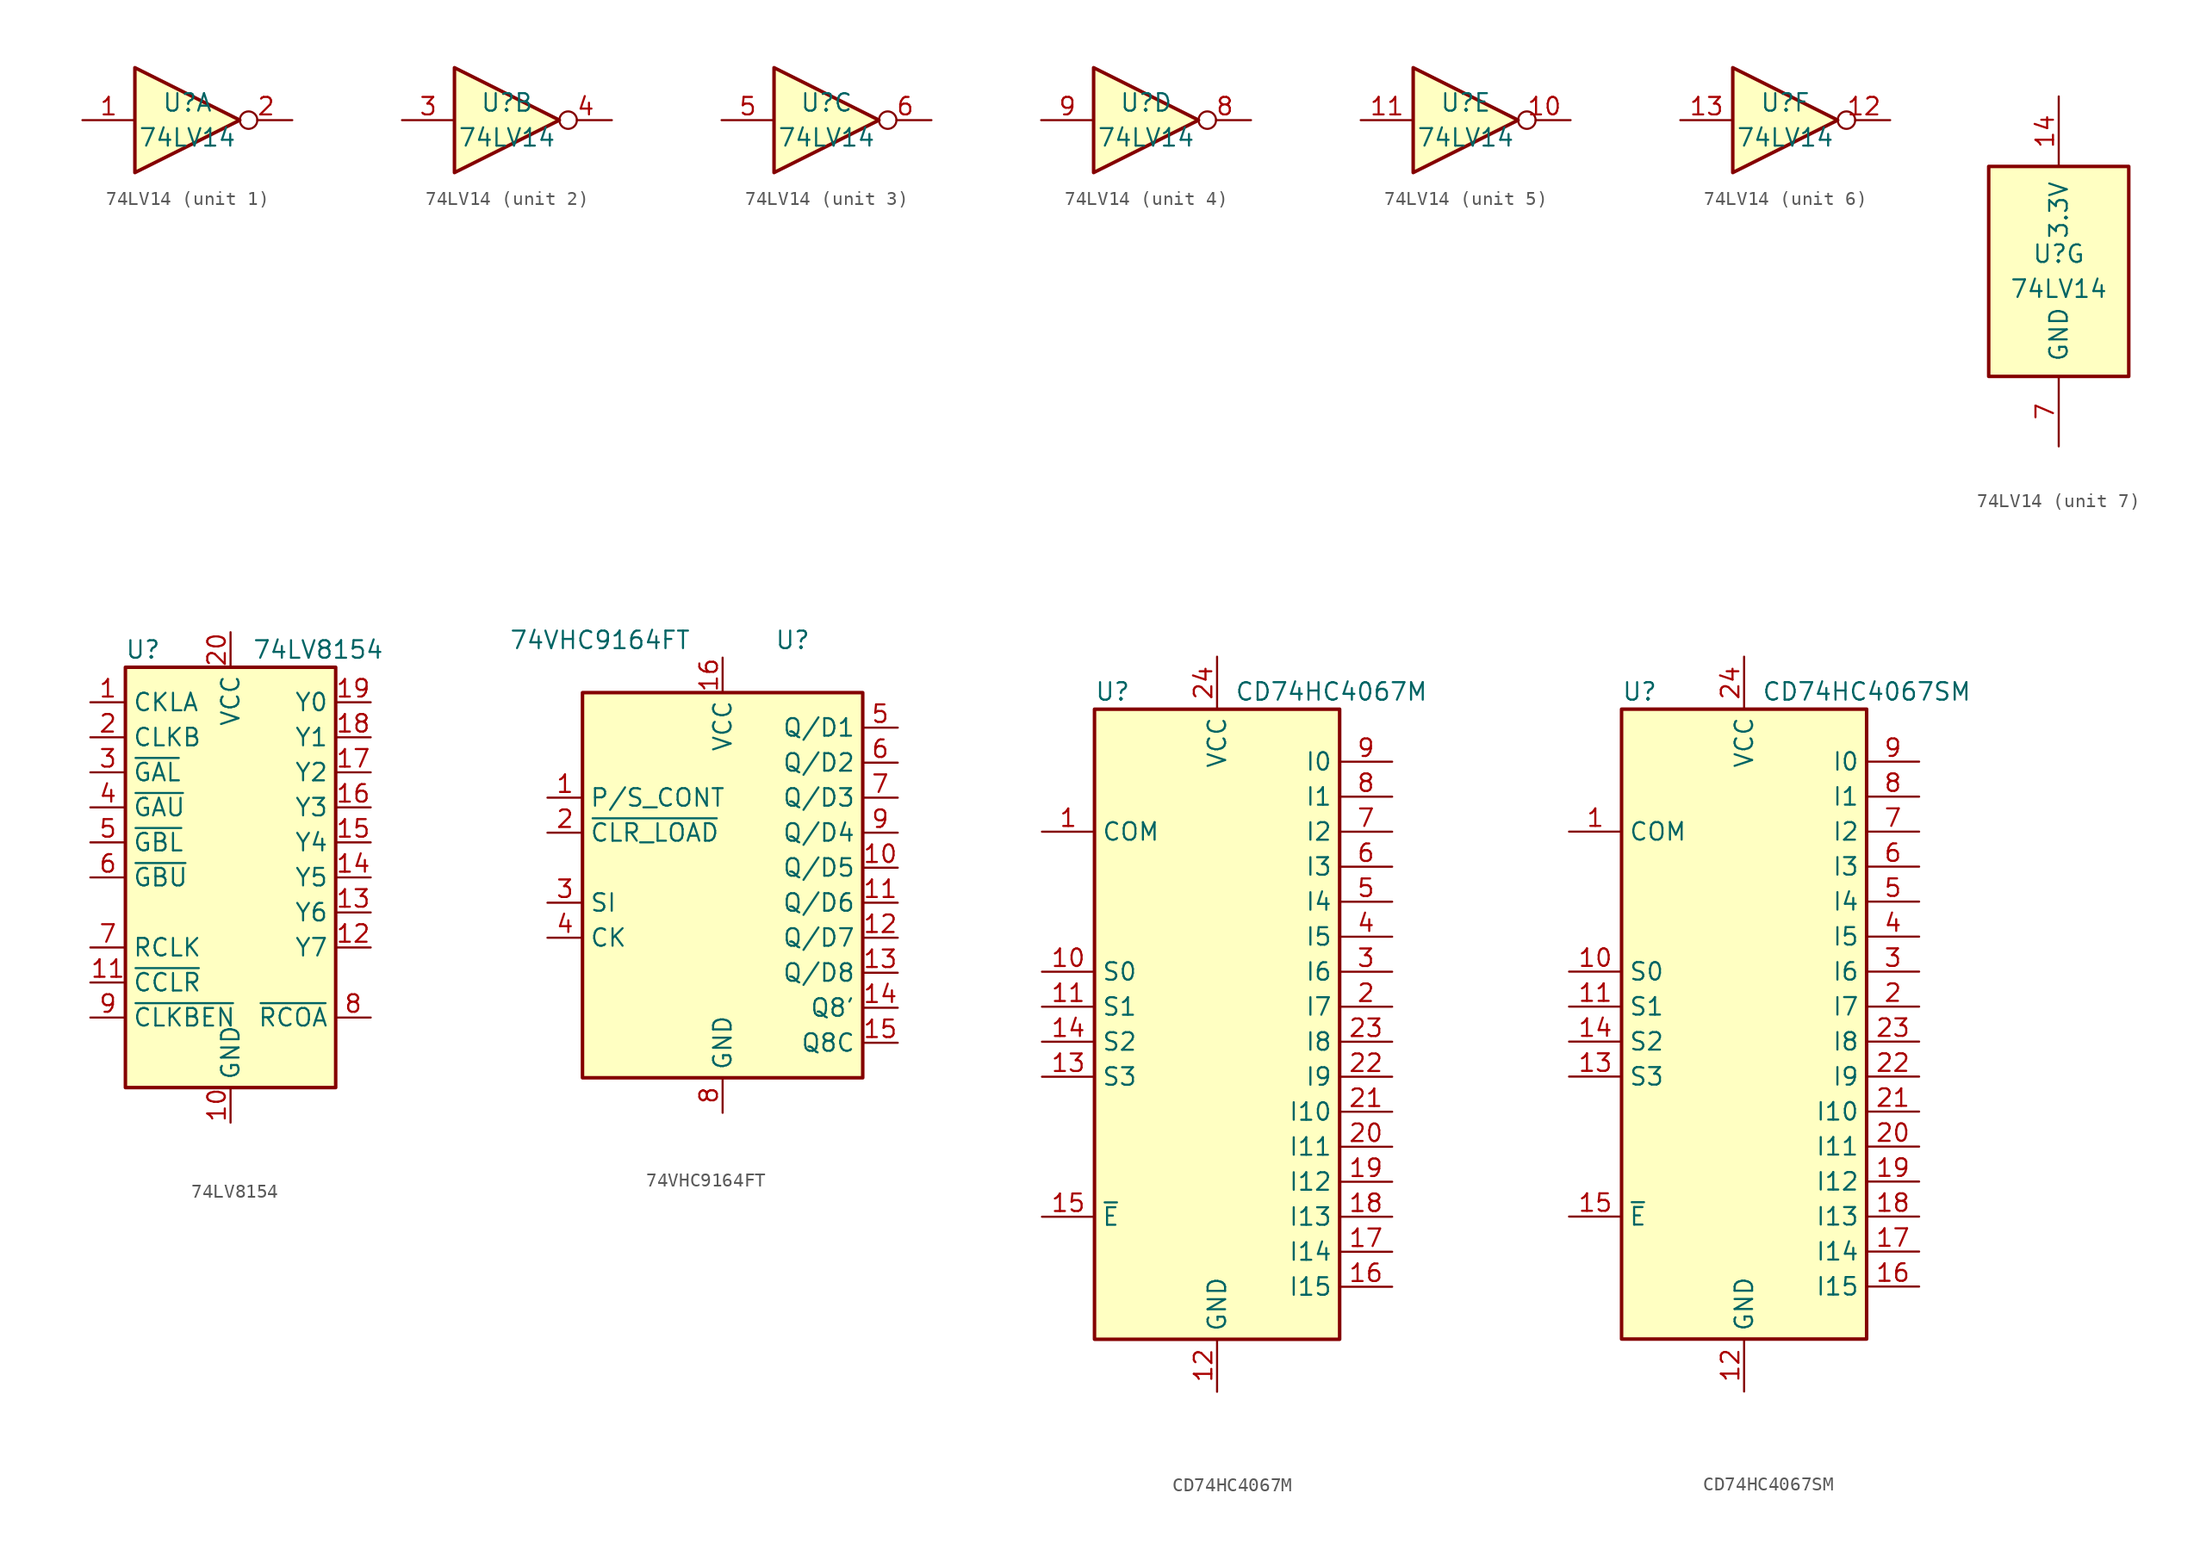
<source format=kicad_sym>
(kicad_symbol_lib
  (version 20241209)
  (generator "kicad_symbol_editor")
  (generator_version "9.0")
  (symbol "74LV14"
    (pin_names
      (offset 1.016))
    (property "Reference" "U"
      (at 0 1.27 0)
      (effects (font (size 1.27 1.27))))
    (property "Value" "74LV14"
      (at 0 -1.27 0)
      (effects (font (size 1.27 1.27))))
    (property "ki_locked" ""
      (at 0 0 0)
      (effects (font (size 1.27 1.27))))
    (symbol "74LV14_1_0"
      (polyline (pts (xy -3.81 3.81) (xy -3.81 -3.81) (xy 3.81 0) (xy -3.81 3.81)) (stroke (width 0.254) (type solid)) (fill (type background)))
      (pin input line (at -7.62 0 0) (length 3.81) (name "~" (effects (font (size 1.27 1.27)))) (number "1" (effects (font (size 1.27 1.27)))))
      (pin output inverted (at 7.62 0 180) (length 3.81) (name "~" (effects (font (size 1.27 1.27)))) (number "2" (effects (font (size 1.27 1.27))))))
    (symbol "74LV14_2_0"
      (polyline (pts (xy -3.81 3.81) (xy -3.81 -3.81) (xy 3.81 0) (xy -3.81 3.81)) (stroke (width 0.254) (type solid)) (fill (type background)))
      (pin input line (at -7.62 0 0) (length 3.81) (name "~" (effects (font (size 1.27 1.27)))) (number "3" (effects (font (size 1.27 1.27)))))
      (pin output inverted (at 7.62 0 180) (length 3.81) (name "~" (effects (font (size 1.27 1.27)))) (number "4" (effects (font (size 1.27 1.27))))))
    (symbol "74LV14_3_0"
      (polyline (pts (xy -3.81 3.81) (xy -3.81 -3.81) (xy 3.81 0) (xy -3.81 3.81)) (stroke (width 0.254) (type solid)) (fill (type background)))
      (pin input line (at -7.62 0 0) (length 3.81) (name "~" (effects (font (size 1.27 1.27)))) (number "5" (effects (font (size 1.27 1.27)))))
      (pin output inverted (at 7.62 0 180) (length 3.81) (name "~" (effects (font (size 1.27 1.27)))) (number "6" (effects (font (size 1.27 1.27))))))
    (symbol "74LV14_4_0"
      (polyline (pts (xy -3.81 3.81) (xy -3.81 -3.81) (xy 3.81 0) (xy -3.81 3.81)) (stroke (width 0.254) (type solid)) (fill (type background)))
      (pin input line (at -7.62 0 0) (length 3.81) (name "~" (effects (font (size 1.27 1.27)))) (number "9" (effects (font (size 1.27 1.27)))))
      (pin output inverted (at 7.62 0 180) (length 3.81) (name "~" (effects (font (size 1.27 1.27)))) (number "8" (effects (font (size 1.27 1.27))))))
    (symbol "74LV14_5_0"
      (polyline (pts (xy -3.81 3.81) (xy -3.81 -3.81) (xy 3.81 0) (xy -3.81 3.81)) (stroke (width 0.254) (type solid)) (fill (type background)))
      (pin input line (at -7.62 0 0) (length 3.81) (name "~" (effects (font (size 1.27 1.27)))) (number "11" (effects (font (size 1.27 1.27)))))
      (pin output inverted (at 7.62 0 180) (length 3.81) (name "~" (effects (font (size 1.27 1.27)))) (number "10" (effects (font (size 1.27 1.27))))))
    (symbol "74LV14_6_0"
      (polyline (pts (xy -3.81 3.81) (xy -3.81 -3.81) (xy 3.81 0) (xy -3.81 3.81)) (stroke (width 0.254) (type solid)) (fill (type background)))
      (pin input line (at -7.62 0 0) (length 3.81) (name "~" (effects (font (size 1.27 1.27)))) (number "13" (effects (font (size 1.27 1.27)))))
      (pin output inverted (at 7.62 0 180) (length 3.81) (name "~" (effects (font (size 1.27 1.27)))) (number "12" (effects (font (size 1.27 1.27))))))
    (symbol "74LV14_7_0"
      (pin power_in line (at 0 12.7 270) (length 5.08) (name "3.3V" (effects (font (size 1.27 1.27)))) (number "14" (effects (font (size 1.27 1.27)))))
      (pin power_in line (at 0 -12.7 90) (length 5.08) (name "GND" (effects (font (size 1.27 1.27)))) (number "7" (effects (font (size 1.27 1.27))))))
    (symbol "74LV14_7_1"
      (rectangle (start -5.08 7.62) (end 5.08 -7.62) (stroke (width 0.254) (type solid)) (fill (type background)))))
  (symbol "74LV8154"
    (property "Reference" "U"
      (at -6.35 16.51 0)
      (effects (font (size 1.27 1.27))))
    (property "Value" "74LV8154"
      (at 6.35 16.51 0)
      (effects (font (size 1.27 1.27))))
    (symbol "74LV8154_0_1"
      (rectangle (start -7.62 15.24) (end 7.62 -15.24) (stroke (width 0.254) (type solid)) (fill (type background))))
    (symbol "74LV8154_1_1"
      (pin input line (at -10.16 12.7 0) (length 2.54) (name "CKLA" (effects (font (size 1.27 1.27)))) (number "1" (effects (font (size 1.27 1.27)))))
      (pin input line (at -10.16 10.16 0) (length 2.54) (name "CLKB" (effects (font (size 1.27 1.27)))) (number "2" (effects (font (size 1.27 1.27)))))
      (pin input line (at -10.16 7.62 0) (length 2.54) (name "~{GAL}" (effects (font (size 1.27 1.27)))) (number "3" (effects (font (size 1.27 1.27)))))
      (pin input line (at -10.16 5.08 0) (length 2.54) (name "~{GAU}" (effects (font (size 1.27 1.27)))) (number "4" (effects (font (size 1.27 1.27)))))
      (pin input line (at -10.16 2.54 0) (length 2.54) (name "~{GBL}" (effects (font (size 1.27 1.27)))) (number "5" (effects (font (size 1.27 1.27)))))
      (pin input line (at -10.16 0 0) (length 2.54) (name "~{GBU}" (effects (font (size 1.27 1.27)))) (number "6" (effects (font (size 1.27 1.27)))))
      (pin input line (at -10.16 -5.08 0) (length 2.54) (name "RCLK" (effects (font (size 1.27 1.27)))) (number "7" (effects (font (size 1.27 1.27)))))
      (pin input line (at -10.16 -7.62 0) (length 2.54) (name "~{CCLR}" (effects (font (size 1.27 1.27)))) (number "11" (effects (font (size 1.27 1.27)))))
      (pin input line (at -10.16 -10.16 0) (length 2.54) (name "~{CLKBEN}" (effects (font (size 1.27 1.27)))) (number "9" (effects (font (size 1.27 1.27)))))
      (pin power_in line (at 0 17.78 270) (length 2.54) (name "VCC" (effects (font (size 1.27 1.27)))) (number "20" (effects (font (size 1.27 1.27)))))
      (pin power_in line (at 0 -17.78 90) (length 2.54) (name "GND" (effects (font (size 1.27 1.27)))) (number "10" (effects (font (size 1.27 1.27)))))
      (pin output line (at 10.16 12.7 180) (length 2.54) (name "Y0" (effects (font (size 1.27 1.27)))) (number "19" (effects (font (size 1.27 1.27)))))
      (pin output line (at 10.16 10.16 180) (length 2.54) (name "Y1" (effects (font (size 1.27 1.27)))) (number "18" (effects (font (size 1.27 1.27)))))
      (pin output line (at 10.16 7.62 180) (length 2.54) (name "Y2" (effects (font (size 1.27 1.27)))) (number "17" (effects (font (size 1.27 1.27)))))
      (pin output line (at 10.16 5.08 180) (length 2.54) (name "Y3" (effects (font (size 1.27 1.27)))) (number "16" (effects (font (size 1.27 1.27)))))
      (pin output line (at 10.16 2.54 180) (length 2.54) (name "Y4" (effects (font (size 1.27 1.27)))) (number "15" (effects (font (size 1.27 1.27)))))
      (pin output line (at 10.16 0 180) (length 2.54) (name "Y5" (effects (font (size 1.27 1.27)))) (number "14" (effects (font (size 1.27 1.27)))))
      (pin output line (at 10.16 -2.54 180) (length 2.54) (name "Y6" (effects (font (size 1.27 1.27)))) (number "13" (effects (font (size 1.27 1.27)))))
      (pin output line (at 10.16 -5.08 180) (length 2.54) (name "Y7" (effects (font (size 1.27 1.27)))) (number "12" (effects (font (size 1.27 1.27)))))
      (pin output line (at 10.16 -10.16 180) (length 2.54) (name "~{RCOA}" (effects (font (size 1.27 1.27)))) (number "8" (effects (font (size 1.27 1.27)))))))
  (symbol "74VHC9164FT"
    (property "Reference" "U"
      (at 5.08 16.51 0)
      (effects (font (size 1.27 1.27))))
    (property "Value" "74VHC9164FT"
      (at -8.89 16.51 0)
      (effects (font (size 1.27 1.27))))
    (symbol "74VHC9164FT_1_1"
      (rectangle (start -10.16 12.7) (end 10.16 -15.24) (stroke (width 0.254) (type solid)) (fill (type background)))
      (pin input line (at -12.7 5.08 0) (length 2.54) (name "P/S_CONT" (effects (font (size 1.27 1.27)))) (number "1" (effects (font (size 1.27 1.27)))))
      (pin input line (at -12.7 2.54 0) (length 2.54) (name "~{CLR_LOAD}" (effects (font (size 1.27 1.27)))) (number "2" (effects (font (size 1.27 1.27)))))
      (pin input line (at -12.7 -2.54 0) (length 2.54) (name "SI" (effects (font (size 1.27 1.27)))) (number "3" (effects (font (size 1.27 1.27)))))
      (pin input line (at -12.7 -5.08 0) (length 2.54) (name "CK" (effects (font (size 1.27 1.27)))) (number "4" (effects (font (size 1.27 1.27)))))
      (pin power_in line (at 0 15.24 270) (length 2.54) (name "VCC" (effects (font (size 1.27 1.27)))) (number "16" (effects (font (size 1.27 1.27)))))
      (pin power_in line (at 0 -17.78 90) (length 2.54) (name "GND" (effects (font (size 1.27 1.27)))) (number "8" (effects (font (size 1.27 1.27)))))
      (pin bidirectional line (at 12.7 10.16 180) (length 2.54) (name "Q/D1" (effects (font (size 1.27 1.27)))) (number "5" (effects (font (size 1.27 1.27)))))
      (pin bidirectional line (at 12.7 7.62 180) (length 2.54) (name "Q/D2" (effects (font (size 1.27 1.27)))) (number "6" (effects (font (size 1.27 1.27)))))
      (pin bidirectional line (at 12.7 5.08 180) (length 2.54) (name "Q/D3" (effects (font (size 1.27 1.27)))) (number "7" (effects (font (size 1.27 1.27)))))
      (pin bidirectional line (at 12.7 2.54 180) (length 2.54) (name "Q/D4" (effects (font (size 1.27 1.27)))) (number "9" (effects (font (size 1.27 1.27)))))
      (pin bidirectional line (at 12.7 0 180) (length 2.54) (name "Q/D5" (effects (font (size 1.27 1.27)))) (number "10" (effects (font (size 1.27 1.27)))))
      (pin bidirectional line (at 12.7 -2.54 180) (length 2.54) (name "Q/D6" (effects (font (size 1.27 1.27)))) (number "11" (effects (font (size 1.27 1.27)))))
      (pin bidirectional line (at 12.7 -5.08 180) (length 2.54) (name "Q/D7" (effects (font (size 1.27 1.27)))) (number "12" (effects (font (size 1.27 1.27)))))
      (pin bidirectional line (at 12.7 -7.62 180) (length 2.54) (name "Q/D8" (effects (font (size 1.27 1.27)))) (number "13" (effects (font (size 1.27 1.27)))))
      (pin output line (at 12.7 -10.16 180) (length 2.54) (name "Q8'" (effects (font (size 1.27 1.27)))) (number "14" (effects (font (size 1.27 1.27)))))
      (pin output line (at 12.7 -12.7 180) (length 2.54) (name "Q8C" (effects (font (size 1.27 1.27)))) (number "15" (effects (font (size 1.27 1.27)))))))
  (symbol "CD74HC4067M"
    (property "Reference" "U"
      (at -8.89 22.86 0)
      (effects (font (size 1.27 1.27)) (justify left)))
    (property "Value" "CD74HC4067M"
      (at 1.27 22.86 0)
      (effects (font (size 1.27 1.27)) (justify left)))
    (symbol "CD74HC4067M_0_1"
      (rectangle (start -8.89 21.59) (end 8.89 -24.13) (stroke (width 0.254) (type solid)) (fill (type background))))
    (symbol "CD74HC4067M_1_1"
      (pin passive line (at -12.7 12.7 0) (length 3.81) (name "COM" (effects (font (size 1.27 1.27)))) (number "1" (effects (font (size 1.27 1.27)))))
      (pin input line (at -12.7 2.54 0) (length 3.81) (name "S0" (effects (font (size 1.27 1.27)))) (number "10" (effects (font (size 1.27 1.27)))))
      (pin input line (at -12.7 0 0) (length 3.81) (name "S1" (effects (font (size 1.27 1.27)))) (number "11" (effects (font (size 1.27 1.27)))))
      (pin input line (at -12.7 -2.54 0) (length 3.81) (name "S2" (effects (font (size 1.27 1.27)))) (number "14" (effects (font (size 1.27 1.27)))))
      (pin input line (at -12.7 -5.08 0) (length 3.81) (name "S3" (effects (font (size 1.27 1.27)))) (number "13" (effects (font (size 1.27 1.27)))))
      (pin input line (at -12.7 -15.24 0) (length 3.81) (name "~{E}" (effects (font (size 1.27 1.27)))) (number "15" (effects (font (size 1.27 1.27)))))
      (pin power_in line (at 0 25.4 270) (length 3.81) (name "VCC" (effects (font (size 1.27 1.27)))) (number "24" (effects (font (size 1.27 1.27)))))
      (pin power_in line (at 0 -27.94 90) (length 3.81) (name "GND" (effects (font (size 1.27 1.27)))) (number "12" (effects (font (size 1.27 1.27)))))
      (pin passive line (at 12.7 17.78 180) (length 3.81) (name "I0" (effects (font (size 1.27 1.27)))) (number "9" (effects (font (size 1.27 1.27)))))
      (pin passive line (at 12.7 15.24 180) (length 3.81) (name "I1" (effects (font (size 1.27 1.27)))) (number "8" (effects (font (size 1.27 1.27)))))
      (pin passive line (at 12.7 12.7 180) (length 3.81) (name "I2" (effects (font (size 1.27 1.27)))) (number "7" (effects (font (size 1.27 1.27)))))
      (pin passive line (at 12.7 10.16 180) (length 3.81) (name "I3" (effects (font (size 1.27 1.27)))) (number "6" (effects (font (size 1.27 1.27)))))
      (pin passive line (at 12.7 7.62 180) (length 3.81) (name "I4" (effects (font (size 1.27 1.27)))) (number "5" (effects (font (size 1.27 1.27)))))
      (pin passive line (at 12.7 5.08 180) (length 3.81) (name "I5" (effects (font (size 1.27 1.27)))) (number "4" (effects (font (size 1.27 1.27)))))
      (pin passive line (at 12.7 2.54 180) (length 3.81) (name "I6" (effects (font (size 1.27 1.27)))) (number "3" (effects (font (size 1.27 1.27)))))
      (pin passive line (at 12.7 0 180) (length 3.81) (name "I7" (effects (font (size 1.27 1.27)))) (number "2" (effects (font (size 1.27 1.27)))))
      (pin passive line (at 12.7 -2.54 180) (length 3.81) (name "I8" (effects (font (size 1.27 1.27)))) (number "23" (effects (font (size 1.27 1.27)))))
      (pin passive line (at 12.7 -5.08 180) (length 3.81) (name "I9" (effects (font (size 1.27 1.27)))) (number "22" (effects (font (size 1.27 1.27)))))
      (pin passive line (at 12.7 -7.62 180) (length 3.81) (name "I10" (effects (font (size 1.27 1.27)))) (number "21" (effects (font (size 1.27 1.27)))))
      (pin passive line (at 12.7 -10.16 180) (length 3.81) (name "I11" (effects (font (size 1.27 1.27)))) (number "20" (effects (font (size 1.27 1.27)))))
      (pin passive line (at 12.7 -12.7 180) (length 3.81) (name "I12" (effects (font (size 1.27 1.27)))) (number "19" (effects (font (size 1.27 1.27)))))
      (pin passive line (at 12.7 -15.24 180) (length 3.81) (name "I13" (effects (font (size 1.27 1.27)))) (number "18" (effects (font (size 1.27 1.27)))))
      (pin passive line (at 12.7 -17.78 180) (length 3.81) (name "I14" (effects (font (size 1.27 1.27)))) (number "17" (effects (font (size 1.27 1.27)))))
      (pin passive line (at 12.7 -20.32 180) (length 3.81) (name "I15" (effects (font (size 1.27 1.27)))) (number "16" (effects (font (size 1.27 1.27)))))))
  (symbol "CD74HC4067SM"
    (property "Reference" "U"
      (at -8.89 22.86 0)
      (effects (font (size 1.27 1.27)) (justify left)))
    (property "Value" "CD74HC4067SM"
      (at 1.27 22.86 0)
      (effects (font (size 1.27 1.27)) (justify left)))
    (symbol "CD74HC4067SM_0_1"
      (rectangle (start -8.89 21.59) (end 8.89 -24.13) (stroke (width 0.254) (type solid)) (fill (type background))))
    (symbol "CD74HC4067SM_1_1"
      (pin passive line (at -12.7 12.7 0) (length 3.81) (name "COM" (effects (font (size 1.27 1.27)))) (number "1" (effects (font (size 1.27 1.27)))))
      (pin input line (at -12.7 2.54 0) (length 3.81) (name "S0" (effects (font (size 1.27 1.27)))) (number "10" (effects (font (size 1.27 1.27)))))
      (pin input line (at -12.7 0 0) (length 3.81) (name "S1" (effects (font (size 1.27 1.27)))) (number "11" (effects (font (size 1.27 1.27)))))
      (pin input line (at -12.7 -2.54 0) (length 3.81) (name "S2" (effects (font (size 1.27 1.27)))) (number "14" (effects (font (size 1.27 1.27)))))
      (pin input line (at -12.7 -5.08 0) (length 3.81) (name "S3" (effects (font (size 1.27 1.27)))) (number "13" (effects (font (size 1.27 1.27)))))
      (pin input line (at -12.7 -15.24 0) (length 3.81) (name "~{E}" (effects (font (size 1.27 1.27)))) (number "15" (effects (font (size 1.27 1.27)))))
      (pin power_in line (at 0 25.4 270) (length 3.81) (name "VCC" (effects (font (size 1.27 1.27)))) (number "24" (effects (font (size 1.27 1.27)))))
      (pin power_in line (at 0 -27.94 90) (length 3.81) (name "GND" (effects (font (size 1.27 1.27)))) (number "12" (effects (font (size 1.27 1.27)))))
      (pin passive line (at 12.7 17.78 180) (length 3.81) (name "I0" (effects (font (size 1.27 1.27)))) (number "9" (effects (font (size 1.27 1.27)))))
      (pin passive line (at 12.7 15.24 180) (length 3.81) (name "I1" (effects (font (size 1.27 1.27)))) (number "8" (effects (font (size 1.27 1.27)))))
      (pin passive line (at 12.7 12.7 180) (length 3.81) (name "I2" (effects (font (size 1.27 1.27)))) (number "7" (effects (font (size 1.27 1.27)))))
      (pin passive line (at 12.7 10.16 180) (length 3.81) (name "I3" (effects (font (size 1.27 1.27)))) (number "6" (effects (font (size 1.27 1.27)))))
      (pin passive line (at 12.7 7.62 180) (length 3.81) (name "I4" (effects (font (size 1.27 1.27)))) (number "5" (effects (font (size 1.27 1.27)))))
      (pin passive line (at 12.7 5.08 180) (length 3.81) (name "I5" (effects (font (size 1.27 1.27)))) (number "4" (effects (font (size 1.27 1.27)))))
      (pin passive line (at 12.7 2.54 180) (length 3.81) (name "I6" (effects (font (size 1.27 1.27)))) (number "3" (effects (font (size 1.27 1.27)))))
      (pin passive line (at 12.7 0 180) (length 3.81) (name "I7" (effects (font (size 1.27 1.27)))) (number "2" (effects (font (size 1.27 1.27)))))
      (pin passive line (at 12.7 -2.54 180) (length 3.81) (name "I8" (effects (font (size 1.27 1.27)))) (number "23" (effects (font (size 1.27 1.27)))))
      (pin passive line (at 12.7 -5.08 180) (length 3.81) (name "I9" (effects (font (size 1.27 1.27)))) (number "22" (effects (font (size 1.27 1.27)))))
      (pin passive line (at 12.7 -7.62 180) (length 3.81) (name "I10" (effects (font (size 1.27 1.27)))) (number "21" (effects (font (size 1.27 1.27)))))
      (pin passive line (at 12.7 -10.16 180) (length 3.81) (name "I11" (effects (font (size 1.27 1.27)))) (number "20" (effects (font (size 1.27 1.27)))))
      (pin passive line (at 12.7 -12.7 180) (length 3.81) (name "I12" (effects (font (size 1.27 1.27)))) (number "19" (effects (font (size 1.27 1.27)))))
      (pin passive line (at 12.7 -15.24 180) (length 3.81) (name "I13" (effects (font (size 1.27 1.27)))) (number "18" (effects (font (size 1.27 1.27)))))
      (pin passive line (at 12.7 -17.78 180) (length 3.81) (name "I14" (effects (font (size 1.27 1.27)))) (number "17" (effects (font (size 1.27 1.27)))))
      (pin passive line (at 12.7 -20.32 180) (length 3.81) (name "I15" (effects (font (size 1.27 1.27)))) (number "16" (effects (font (size 1.27 1.27))))))))
</source>
